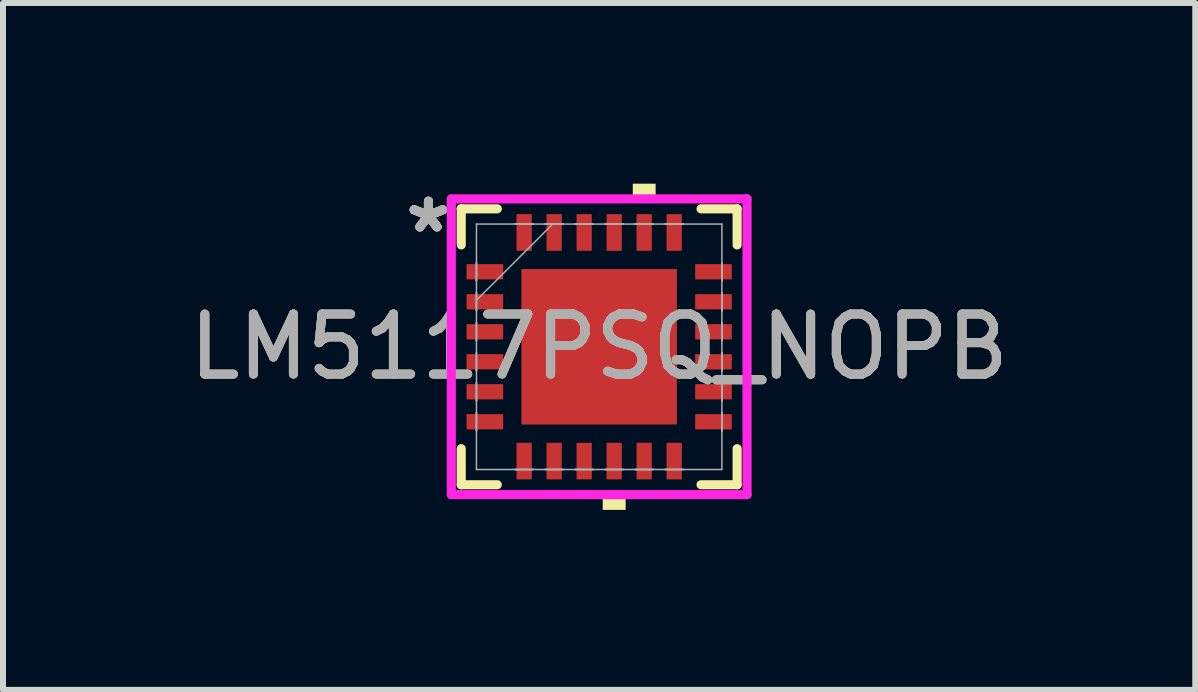
<source format=kicad_pcb>
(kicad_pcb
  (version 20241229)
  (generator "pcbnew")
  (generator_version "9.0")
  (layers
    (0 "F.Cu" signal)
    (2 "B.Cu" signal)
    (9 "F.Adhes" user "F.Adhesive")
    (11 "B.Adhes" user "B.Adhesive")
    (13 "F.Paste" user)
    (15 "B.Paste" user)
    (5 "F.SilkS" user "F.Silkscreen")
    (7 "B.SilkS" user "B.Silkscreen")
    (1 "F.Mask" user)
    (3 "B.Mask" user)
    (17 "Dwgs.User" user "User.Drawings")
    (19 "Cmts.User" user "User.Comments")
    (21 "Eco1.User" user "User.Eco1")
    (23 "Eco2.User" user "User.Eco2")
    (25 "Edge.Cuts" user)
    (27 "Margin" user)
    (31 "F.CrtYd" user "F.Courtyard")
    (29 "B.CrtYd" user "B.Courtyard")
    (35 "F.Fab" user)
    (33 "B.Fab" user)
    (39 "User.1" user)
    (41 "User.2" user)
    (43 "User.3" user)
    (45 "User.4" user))
  (footprint "LM5117PSQ_NOPB"
    (layer "F.Cu")
    (at 6.935 2.729)
    (property "Reference" "LM5117PSQ_NOPB" (at 0 0 0) (unlocked yes) (layer "F.SilkS") (effects (font (size 1 1) (thickness 0.15))))
    (attr smd)
    (fp_line (start -2.299 -2.299) (end -2.299 -1.698) (stroke (width 0.152) (type solid)) (layer "F.SilkS"))
    (fp_line (start -2.299 1.698) (end -2.299 2.299) (stroke (width 0.152) (type solid)) (layer "F.SilkS"))
    (fp_line (start -2.299 2.299) (end -1.698 2.299) (stroke (width 0.152) (type solid)) (layer "F.SilkS"))
    (fp_line (start -1.698 -2.299) (end -2.299 -2.299) (stroke (width 0.152) (type solid)) (layer "F.SilkS"))
    (fp_line (start 1.698 2.299) (end 2.299 2.299) (stroke (width 0.152) (type solid)) (layer "F.SilkS"))
    (fp_line (start 2.299 -2.299) (end 1.698 -2.299) (stroke (width 0.152) (type solid)) (layer "F.SilkS"))
    (fp_line (start 2.299 -1.698) (end 2.299 -2.299) (stroke (width 0.152) (type solid)) (layer "F.SilkS"))
    (fp_line (start 2.299 2.299) (end 2.299 1.698) (stroke (width 0.152) (type solid)) (layer "F.SilkS"))
    (fp_poly (pts (xy 0.059 2.464) (xy 0.059 2.718) (xy 0.441 2.718) (xy 0.441 2.464)) (stroke (width 0) (type solid)) (fill yes) (layer "F.SilkS"))
    (fp_poly (pts (xy 0.56 -2.464) (xy 0.56 -2.718) (xy 0.941 -2.718) (xy 0.941 -2.464)) (stroke (width 0) (type solid)) (fill yes) (layer "F.SilkS"))
    (fp_poly (pts (xy -2.413 -1.377) (xy -2.413 -1.123) (xy -1.803 -1.123) (xy -1.803 -1.377)) (stroke (width 0) (type solid)) (fill yes) (layer "F.Paste"))
    (fp_poly (pts (xy -2.413 -0.877) (xy -2.413 -0.623) (xy -1.803 -0.623) (xy -1.803 -0.877)) (stroke (width 0) (type solid)) (fill yes) (layer "F.Paste"))
    (fp_poly (pts (xy -2.413 -0.377) (xy -2.413 -0.123) (xy -1.803 -0.123) (xy -1.803 -0.377)) (stroke (width 0) (type solid)) (fill yes) (layer "F.Paste"))
    (fp_poly (pts (xy -2.413 0.123) (xy -2.413 0.377) (xy -1.803 0.377) (xy -1.803 0.123)) (stroke (width 0) (type solid)) (fill yes) (layer "F.Paste"))
    (fp_poly (pts (xy -2.413 0.623) (xy -2.413 0.877) (xy -1.803 0.877) (xy -1.803 0.623)) (stroke (width 0) (type solid)) (fill yes) (layer "F.Paste"))
    (fp_poly (pts (xy -2.413 1.123) (xy -2.413 1.377) (xy -1.803 1.377) (xy -1.803 1.123)) (stroke (width 0) (type solid)) (fill yes) (layer "F.Paste"))
    (fp_poly (pts (xy -1.377 -2.413) (xy -1.377 -1.803) (xy -1.123 -1.803) (xy -1.123 -2.413)) (stroke (width 0) (type solid)) (fill yes) (layer "F.Paste"))
    (fp_poly (pts (xy -1.377 1.803) (xy -1.377 2.413) (xy -1.123 2.413) (xy -1.123 1.803)) (stroke (width 0) (type solid)) (fill yes) (layer "F.Paste"))
    (fp_poly (pts (xy -1.192 -1.192) (xy -1.192 -0.1) (xy -0.1 -0.1) (xy -0.1 -1.192)) (stroke (width 0) (type solid)) (fill yes) (layer "F.Paste"))
    (fp_poly (pts (xy -1.192 0.1) (xy -1.192 1.192) (xy -0.1 1.192) (xy -0.1 0.1)) (stroke (width 0) (type solid)) (fill yes) (layer "F.Paste"))
    (fp_poly (pts (xy -0.877 -2.413) (xy -0.877 -1.803) (xy -0.623 -1.803) (xy -0.623 -2.413)) (stroke (width 0) (type solid)) (fill yes) (layer "F.Paste"))
    (fp_poly (pts (xy -0.877 1.803) (xy -0.877 2.413) (xy -0.623 2.413) (xy -0.623 1.803)) (stroke (width 0) (type solid)) (fill yes) (layer "F.Paste"))
    (fp_poly (pts (xy -0.377 -2.413) (xy -0.377 -1.803) (xy -0.123 -1.803) (xy -0.123 -2.413)) (stroke (width 0) (type solid)) (fill yes) (layer "F.Paste"))
    (fp_poly (pts (xy -0.377 1.803) (xy -0.377 2.413) (xy -0.123 2.413) (xy -0.123 1.803)) (stroke (width 0) (type solid)) (fill yes) (layer "F.Paste"))
    (fp_poly (pts (xy 0.1 -1.192) (xy 0.1 -0.1) (xy 1.192 -0.1) (xy 1.192 -1.192)) (stroke (width 0) (type solid)) (fill yes) (layer "F.Paste"))
    (fp_poly (pts (xy 0.1 0.1) (xy 0.1 1.192) (xy 1.192 1.192) (xy 1.192 0.1)) (stroke (width 0) (type solid)) (fill yes) (layer "F.Paste"))
    (fp_poly (pts (xy 0.123 -2.413) (xy 0.123 -1.803) (xy 0.377 -1.803) (xy 0.377 -2.413)) (stroke (width 0) (type solid)) (fill yes) (layer "F.Paste"))
    (fp_poly (pts (xy 0.123 1.803) (xy 0.123 2.413) (xy 0.377 2.413) (xy 0.377 1.803)) (stroke (width 0) (type solid)) (fill yes) (layer "F.Paste"))
    (fp_poly (pts (xy 0.623 -2.413) (xy 0.623 -1.803) (xy 0.877 -1.803) (xy 0.877 -2.413)) (stroke (width 0) (type solid)) (fill yes) (layer "F.Paste"))
    (fp_poly (pts (xy 0.623 1.803) (xy 0.623 2.413) (xy 0.877 2.413) (xy 0.877 1.803)) (stroke (width 0) (type solid)) (fill yes) (layer "F.Paste"))
    (fp_poly (pts (xy 1.123 -2.413) (xy 1.123 -1.803) (xy 1.377 -1.803) (xy 1.377 -2.413)) (stroke (width 0) (type solid)) (fill yes) (layer "F.Paste"))
    (fp_poly (pts (xy 1.123 1.803) (xy 1.123 2.413) (xy 1.377 2.413) (xy 1.377 1.803)) (stroke (width 0) (type solid)) (fill yes) (layer "F.Paste"))
    (fp_poly (pts (xy 1.803 -1.377) (xy 1.803 -1.123) (xy 2.413 -1.123) (xy 2.413 -1.377)) (stroke (width 0) (type solid)) (fill yes) (layer "F.Paste"))
    (fp_poly (pts (xy 1.803 -0.877) (xy 1.803 -0.623) (xy 2.413 -0.623) (xy 2.413 -0.877)) (stroke (width 0) (type solid)) (fill yes) (layer "F.Paste"))
    (fp_poly (pts (xy 1.803 -0.377) (xy 1.803 -0.123) (xy 2.413 -0.123) (xy 2.413 -0.377)) (stroke (width 0) (type solid)) (fill yes) (layer "F.Paste"))
    (fp_poly (pts (xy 1.803 0.123) (xy 1.803 0.377) (xy 2.413 0.377) (xy 2.413 0.123)) (stroke (width 0) (type solid)) (fill yes) (layer "F.Paste"))
    (fp_poly (pts (xy 1.803 0.623) (xy 1.803 0.877) (xy 2.413 0.877) (xy 2.413 0.623)) (stroke (width 0) (type solid)) (fill yes) (layer "F.Paste"))
    (fp_poly (pts (xy 1.803 1.123) (xy 1.803 1.377) (xy 2.413 1.377) (xy 2.413 1.123)) (stroke (width 0) (type solid)) (fill yes) (layer "F.Paste"))
    (fp_line (start -2.464 -2.464) (end 2.464 -2.464) (stroke (width 0.152) (type solid)) (layer "F.CrtYd"))
    (fp_line (start -2.464 2.464) (end -2.464 -2.464) (stroke (width 0.152) (type solid)) (layer "F.CrtYd"))
    (fp_line (start 2.464 -2.464) (end 2.464 2.464) (stroke (width 0.152) (type solid)) (layer "F.CrtYd"))
    (fp_line (start 2.464 2.464) (end -2.464 2.464) (stroke (width 0.152) (type solid)) (layer "F.CrtYd"))
    (fp_line (start -2.045 -2.045) (end -2.045 2.045) (stroke (width 0.025) (type solid)) (layer "F.Fab"))
    (fp_line (start -2.045 -1.402) (end -2.045 -1.402) (stroke (width 0.025) (type solid)) (layer "F.Fab"))
    (fp_line (start -2.045 -1.402) (end -2.045 -1.098) (stroke (width 0.025) (type solid)) (layer "F.Fab"))
    (fp_line (start -2.045 -1.098) (end -2.045 -1.402) (stroke (width 0.025) (type solid)) (layer "F.Fab"))
    (fp_line (start -2.045 -1.098) (end -2.045 -1.098) (stroke (width 0.025) (type solid)) (layer "F.Fab"))
    (fp_line (start -2.045 -0.902) (end -2.045 -0.902) (stroke (width 0.025) (type solid)) (layer "F.Fab"))
    (fp_line (start -2.045 -0.902) (end -2.045 -0.598) (stroke (width 0.025) (type solid)) (layer "F.Fab"))
    (fp_line (start -2.045 -0.775) (end -0.775 -2.045) (stroke (width 0.025) (type solid)) (layer "F.Fab"))
    (fp_line (start -2.045 -0.598) (end -2.045 -0.902) (stroke (width 0.025) (type solid)) (layer "F.Fab"))
    (fp_line (start -2.045 -0.598) (end -2.045 -0.598) (stroke (width 0.025) (type solid)) (layer "F.Fab"))
    (fp_line (start -2.045 -0.402) (end -2.045 -0.402) (stroke (width 0.025) (type solid)) (layer "F.Fab"))
    (fp_line (start -2.045 -0.402) (end -2.045 -0.098) (stroke (width 0.025) (type solid)) (layer "F.Fab"))
    (fp_line (start -2.045 -0.098) (end -2.045 -0.402) (stroke (width 0.025) (type solid)) (layer "F.Fab"))
    (fp_line (start -2.045 -0.098) (end -2.045 -0.098) (stroke (width 0.025) (type solid)) (layer "F.Fab"))
    (fp_line (start -2.045 0.098) (end -2.045 0.098) (stroke (width 0.025) (type solid)) (layer "F.Fab"))
    (fp_line (start -2.045 0.098) (end -2.045 0.402) (stroke (width 0.025) (type solid)) (layer "F.Fab"))
    (fp_line (start -2.045 0.402) (end -2.045 0.098) (stroke (width 0.025) (type solid)) (layer "F.Fab"))
    (fp_line (start -2.045 0.402) (end -2.045 0.402) (stroke (width 0.025) (type solid)) (layer "F.Fab"))
    (fp_line (start -2.045 0.598) (end -2.045 0.598) (stroke (width 0.025) (type solid)) (layer "F.Fab"))
    (fp_line (start -2.045 0.598) (end -2.045 0.902) (stroke (width 0.025) (type solid)) (layer "F.Fab"))
    (fp_line (start -2.045 0.902) (end -2.045 0.598) (stroke (width 0.025) (type solid)) (layer "F.Fab"))
    (fp_line (start -2.045 0.902) (end -2.045 0.902) (stroke (width 0.025) (type solid)) (layer "F.Fab"))
    (fp_line (start -2.045 1.098) (end -2.045 1.098) (stroke (width 0.025) (type solid)) (layer "F.Fab"))
    (fp_line (start -2.045 1.098) (end -2.045 1.402) (stroke (width 0.025) (type solid)) (layer "F.Fab"))
    (fp_line (start -2.045 1.402) (end -2.045 1.098) (stroke (width 0.025) (type solid)) (layer "F.Fab"))
    (fp_line (start -2.045 1.402) (end -2.045 1.402) (stroke (width 0.025) (type solid)) (layer "F.Fab"))
    (fp_line (start -2.045 2.045) (end 2.045 2.045) (stroke (width 0.025) (type solid)) (layer "F.Fab"))
    (fp_line (start -1.402 -2.045) (end -1.402 -2.045) (stroke (width 0.025) (type solid)) (layer "F.Fab"))
    (fp_line (start -1.402 -2.045) (end -1.098 -2.045) (stroke (width 0.025) (type solid)) (layer "F.Fab"))
    (fp_line (start -1.402 2.045) (end -1.402 2.045) (stroke (width 0.025) (type solid)) (layer "F.Fab"))
    (fp_line (start -1.402 2.045) (end -1.098 2.045) (stroke (width 0.025) (type solid)) (layer "F.Fab"))
    (fp_line (start -1.098 -2.045) (end -1.402 -2.045) (stroke (width 0.025) (type solid)) (layer "F.Fab"))
    (fp_line (start -1.098 -2.045) (end -1.098 -2.045) (stroke (width 0.025) (type solid)) (layer "F.Fab"))
    (fp_line (start -1.098 2.045) (end -1.402 2.045) (stroke (width 0.025) (type solid)) (layer "F.Fab"))
    (fp_line (start -1.098 2.045) (end -1.098 2.045) (stroke (width 0.025) (type solid)) (layer "F.Fab"))
    (fp_line (start -0.902 -2.045) (end -0.902 -2.045) (stroke (width 0.025) (type solid)) (layer "F.Fab"))
    (fp_line (start -0.902 -2.045) (end -0.598 -2.045) (stroke (width 0.025) (type solid)) (layer "F.Fab"))
    (fp_line (start -0.902 2.045) (end -0.902 2.045) (stroke (width 0.025) (type solid)) (layer "F.Fab"))
    (fp_line (start -0.902 2.045) (end -0.598 2.045) (stroke (width 0.025) (type solid)) (layer "F.Fab"))
    (fp_line (start -0.598 -2.045) (end -0.902 -2.045) (stroke (width 0.025) (type solid)) (layer "F.Fab"))
    (fp_line (start -0.598 -2.045) (end -0.598 -2.045) (stroke (width 0.025) (type solid)) (layer "F.Fab"))
    (fp_line (start -0.598 2.045) (end -0.902 2.045) (stroke (width 0.025) (type solid)) (layer "F.Fab"))
    (fp_line (start -0.598 2.045) (end -0.598 2.045) (stroke (width 0.025) (type solid)) (layer "F.Fab"))
    (fp_line (start -0.402 -2.045) (end -0.402 -2.045) (stroke (width 0.025) (type solid)) (layer "F.Fab"))
    (fp_line (start -0.402 -2.045) (end -0.098 -2.045) (stroke (width 0.025) (type solid)) (layer "F.Fab"))
    (fp_line (start -0.402 2.045) (end -0.402 2.045) (stroke (width 0.025) (type solid)) (layer "F.Fab"))
    (fp_line (start -0.402 2.045) (end -0.098 2.045) (stroke (width 0.025) (type solid)) (layer "F.Fab"))
    (fp_line (start -0.098 -2.045) (end -0.402 -2.045) (stroke (width 0.025) (type solid)) (layer "F.Fab"))
    (fp_line (start -0.098 -2.045) (end -0.098 -2.045) (stroke (width 0.025) (type solid)) (layer "F.Fab"))
    (fp_line (start -0.098 2.045) (end -0.402 2.045) (stroke (width 0.025) (type solid)) (layer "F.Fab"))
    (fp_line (start -0.098 2.045) (end -0.098 2.045) (stroke (width 0.025) (type solid)) (layer "F.Fab"))
    (fp_line (start 0.098 -2.045) (end 0.098 -2.045) (stroke (width 0.025) (type solid)) (layer "F.Fab"))
    (fp_line (start 0.098 -2.045) (end 0.402 -2.045) (stroke (width 0.025) (type solid)) (layer "F.Fab"))
    (fp_line (start 0.098 2.045) (end 0.098 2.045) (stroke (width 0.025) (type solid)) (layer "F.Fab"))
    (fp_line (start 0.098 2.045) (end 0.402 2.045) (stroke (width 0.025) (type solid)) (layer "F.Fab"))
    (fp_line (start 0.402 -2.045) (end 0.098 -2.045) (stroke (width 0.025) (type solid)) (layer "F.Fab"))
    (fp_line (start 0.402 -2.045) (end 0.402 -2.045) (stroke (width 0.025) (type solid)) (layer "F.Fab"))
    (fp_line (start 0.402 2.045) (end 0.098 2.045) (stroke (width 0.025) (type solid)) (layer "F.Fab"))
    (fp_line (start 0.402 2.045) (end 0.402 2.045) (stroke (width 0.025) (type solid)) (layer "F.Fab"))
    (fp_line (start 0.598 -2.045) (end 0.598 -2.045) (stroke (width 0.025) (type solid)) (layer "F.Fab"))
    (fp_line (start 0.598 -2.045) (end 0.902 -2.045) (stroke (width 0.025) (type solid)) (layer "F.Fab"))
    (fp_line (start 0.598 2.045) (end 0.598 2.045) (stroke (width 0.025) (type solid)) (layer "F.Fab"))
    (fp_line (start 0.598 2.045) (end 0.902 2.045) (stroke (width 0.025) (type solid)) (layer "F.Fab"))
    (fp_line (start 0.902 -2.045) (end 0.598 -2.045) (stroke (width 0.025) (type solid)) (layer "F.Fab"))
    (fp_line (start 0.902 -2.045) (end 0.902 -2.045) (stroke (width 0.025) (type solid)) (layer "F.Fab"))
    (fp_line (start 0.902 2.045) (end 0.598 2.045) (stroke (width 0.025) (type solid)) (layer "F.Fab"))
    (fp_line (start 0.902 2.045) (end 0.902 2.045) (stroke (width 0.025) (type solid)) (layer "F.Fab"))
    (fp_line (start 1.098 -2.045) (end 1.098 -2.045) (stroke (width 0.025) (type solid)) (layer "F.Fab"))
    (fp_line (start 1.098 -2.045) (end 1.402 -2.045) (stroke (width 0.025) (type solid)) (layer "F.Fab"))
    (fp_line (start 1.098 2.045) (end 1.098 2.045) (stroke (width 0.025) (type solid)) (layer "F.Fab"))
    (fp_line (start 1.098 2.045) (end 1.402 2.045) (stroke (width 0.025) (type solid)) (layer "F.Fab"))
    (fp_line (start 1.402 -2.045) (end 1.098 -2.045) (stroke (width 0.025) (type solid)) (layer "F.Fab"))
    (fp_line (start 1.402 -2.045) (end 1.402 -2.045) (stroke (width 0.025) (type solid)) (layer "F.Fab"))
    (fp_line (start 1.402 2.045) (end 1.098 2.045) (stroke (width 0.025) (type solid)) (layer "F.Fab"))
    (fp_line (start 1.402 2.045) (end 1.402 2.045) (stroke (width 0.025) (type solid)) (layer "F.Fab"))
    (fp_line (start 2.045 -2.045) (end -2.045 -2.045) (stroke (width 0.025) (type solid)) (layer "F.Fab"))
    (fp_line (start 2.045 -1.402) (end 2.045 -1.402) (stroke (width 0.025) (type solid)) (layer "F.Fab"))
    (fp_line (start 2.045 -1.402) (end 2.045 -1.098) (stroke (width 0.025) (type solid)) (layer "F.Fab"))
    (fp_line (start 2.045 -1.098) (end 2.045 -1.402) (stroke (width 0.025) (type solid)) (layer "F.Fab"))
    (fp_line (start 2.045 -1.098) (end 2.045 -1.098) (stroke (width 0.025) (type solid)) (layer "F.Fab"))
    (fp_line (start 2.045 -0.902) (end 2.045 -0.902) (stroke (width 0.025) (type solid)) (layer "F.Fab"))
    (fp_line (start 2.045 -0.902) (end 2.045 -0.598) (stroke (width 0.025) (type solid)) (layer "F.Fab"))
    (fp_line (start 2.045 -0.598) (end 2.045 -0.902) (stroke (width 0.025) (type solid)) (layer "F.Fab"))
    (fp_line (start 2.045 -0.598) (end 2.045 -0.598) (stroke (width 0.025) (type solid)) (layer "F.Fab"))
    (fp_line (start 2.045 -0.402) (end 2.045 -0.402) (stroke (width 0.025) (type solid)) (layer "F.Fab"))
    (fp_line (start 2.045 -0.402) (end 2.045 -0.098) (stroke (width 0.025) (type solid)) (layer "F.Fab"))
    (fp_line (start 2.045 -0.098) (end 2.045 -0.402) (stroke (width 0.025) (type solid)) (layer "F.Fab"))
    (fp_line (start 2.045 -0.098) (end 2.045 -0.098) (stroke (width 0.025) (type solid)) (layer "F.Fab"))
    (fp_line (start 2.045 0.098) (end 2.045 0.098) (stroke (width 0.025) (type solid)) (layer "F.Fab"))
    (fp_line (start 2.045 0.098) (end 2.045 0.402) (stroke (width 0.025) (type solid)) (layer "F.Fab"))
    (fp_line (start 2.045 0.402) (end 2.045 0.098) (stroke (width 0.025) (type solid)) (layer "F.Fab"))
    (fp_line (start 2.045 0.402) (end 2.045 0.402) (stroke (width 0.025) (type solid)) (layer "F.Fab"))
    (fp_line (start 2.045 0.598) (end 2.045 0.598) (stroke (width 0.025) (type solid)) (layer "F.Fab"))
    (fp_line (start 2.045 0.598) (end 2.045 0.902) (stroke (width 0.025) (type solid)) (layer "F.Fab"))
    (fp_line (start 2.045 0.902) (end 2.045 0.598) (stroke (width 0.025) (type solid)) (layer "F.Fab"))
    (fp_line (start 2.045 0.902) (end 2.045 0.902) (stroke (width 0.025) (type solid)) (layer "F.Fab"))
    (fp_line (start 2.045 1.098) (end 2.045 1.098) (stroke (width 0.025) (type solid)) (layer "F.Fab"))
    (fp_line (start 2.045 1.098) (end 2.045 1.402) (stroke (width 0.025) (type solid)) (layer "F.Fab"))
    (fp_line (start 2.045 1.402) (end 2.045 1.098) (stroke (width 0.025) (type solid)) (layer "F.Fab"))
    (fp_line (start 2.045 1.402) (end 2.045 1.402) (stroke (width 0.025) (type solid)) (layer "F.Fab"))
    (fp_line (start 2.045 2.045) (end 2.045 -2.045) (stroke (width 0.025) (type solid)) (layer "F.Fab"))
    (fp_text user "*" (at -2.845 -1.881 0) (layer "F.SilkS") (effects (font (size 1 1) (thickness 0.15))))
    (fp_text user "*" (at -2.845 -1.881 0) (unlocked yes) (layer "F.SilkS") (effects (font (size 1 1) (thickness 0.15))))
    (fp_text user "*" (at -2.845 -1.881 0) (layer "F.Fab") (effects (font (size 1 1) (thickness 0.15))))
    (fp_text user "*" (at -2.845 -1.881 0) (unlocked yes) (layer "F.Fab") (effects (font (size 1 1) (thickness 0.15))))
    (fp_text user "${REFERENCE}" (at 0 0 0) (unlocked yes) (layer "F.Fab") (effects (font (size 1 1) (thickness 0.15))))
    (pad "1" smd rect (at -1.905 -1.25 90) (size 0.254 0.61) (layers "F.Cu" "F.Mask"))
    (pad "2" smd rect (at -1.905 -0.75 90) (size 0.254 0.61) (layers "F.Cu" "F.Mask"))
    (pad "3" smd rect (at -1.905 -0.25 90) (size 0.254 0.61) (layers "F.Cu" "F.Mask"))
    (pad "4" smd rect (at -1.905 0.25 90) (size 0.254 0.61) (layers "F.Cu" "F.Mask"))
    (pad "5" smd rect (at -1.905 0.75 90) (size 0.254 0.61) (layers "F.Cu" "F.Mask"))
    (pad "6" smd rect (at -1.905 1.25 90) (size 0.254 0.61) (layers "F.Cu" "F.Mask"))
    (pad "7" smd rect (at -1.25 1.905) (size 0.254 0.61) (layers "F.Cu" "F.Mask"))
    (pad "8" smd rect (at -0.75 1.905) (size 0.254 0.61) (layers "F.Cu" "F.Mask"))
    (pad "9" smd rect (at -0.25 1.905) (size 0.254 0.61) (layers "F.Cu" "F.Mask"))
    (pad "10" smd rect (at 0.25 1.905) (size 0.254 0.61) (layers "F.Cu" "F.Mask"))
    (pad "11" smd rect (at 0.75 1.905) (size 0.254 0.61) (layers "F.Cu" "F.Mask"))
    (pad "12" smd rect (at 1.25 1.905) (size 0.254 0.61) (layers "F.Cu" "F.Mask"))
    (pad "13" smd rect (at 1.905 1.25 90) (size 0.254 0.61) (layers "F.Cu" "F.Mask"))
    (pad "14" smd rect (at 1.905 0.75 90) (size 0.254 0.61) (layers "F.Cu" "F.Mask"))
    (pad "15" smd rect (at 1.905 0.25 90) (size 0.254 0.61) (layers "F.Cu" "F.Mask"))
    (pad "16" smd rect (at 1.905 -0.25 90) (size 0.254 0.61) (layers "F.Cu" "F.Mask"))
    (pad "17" smd rect (at 1.905 -0.75 90) (size 0.254 0.61) (layers "F.Cu" "F.Mask"))
    (pad "18" smd rect (at 1.905 -1.25 90) (size 0.254 0.61) (layers "F.Cu" "F.Mask"))
    (pad "19" smd rect (at 1.25 -1.905) (size 0.254 0.61) (layers "F.Cu" "F.Mask"))
    (pad "20" smd rect (at 0.75 -1.905) (size 0.254 0.61) (layers "F.Cu" "F.Mask"))
    (pad "21" smd rect (at 0.25 -1.905) (size 0.254 0.61) (layers "F.Cu" "F.Mask"))
    (pad "22" smd rect (at -0.25 -1.905) (size 0.254 0.61) (layers "F.Cu" "F.Mask"))
    (pad "23" smd rect (at -0.75 -1.905) (size 0.254 0.61) (layers "F.Cu" "F.Mask"))
    (pad "24" smd rect (at -1.25 -1.905) (size 0.254 0.61) (layers "F.Cu" "F.Mask"))
    (pad "25" smd rect (at 0 0) (size 2.591 2.591) (layers "F.Cu" "F.Mask")))
  (gr_rect
    (start -3 -3)
    (end 16.869 8.447)
    (stroke (width 0.1) (type default))
    (fill no)
    (layer "Edge.Cuts")))
</source>
